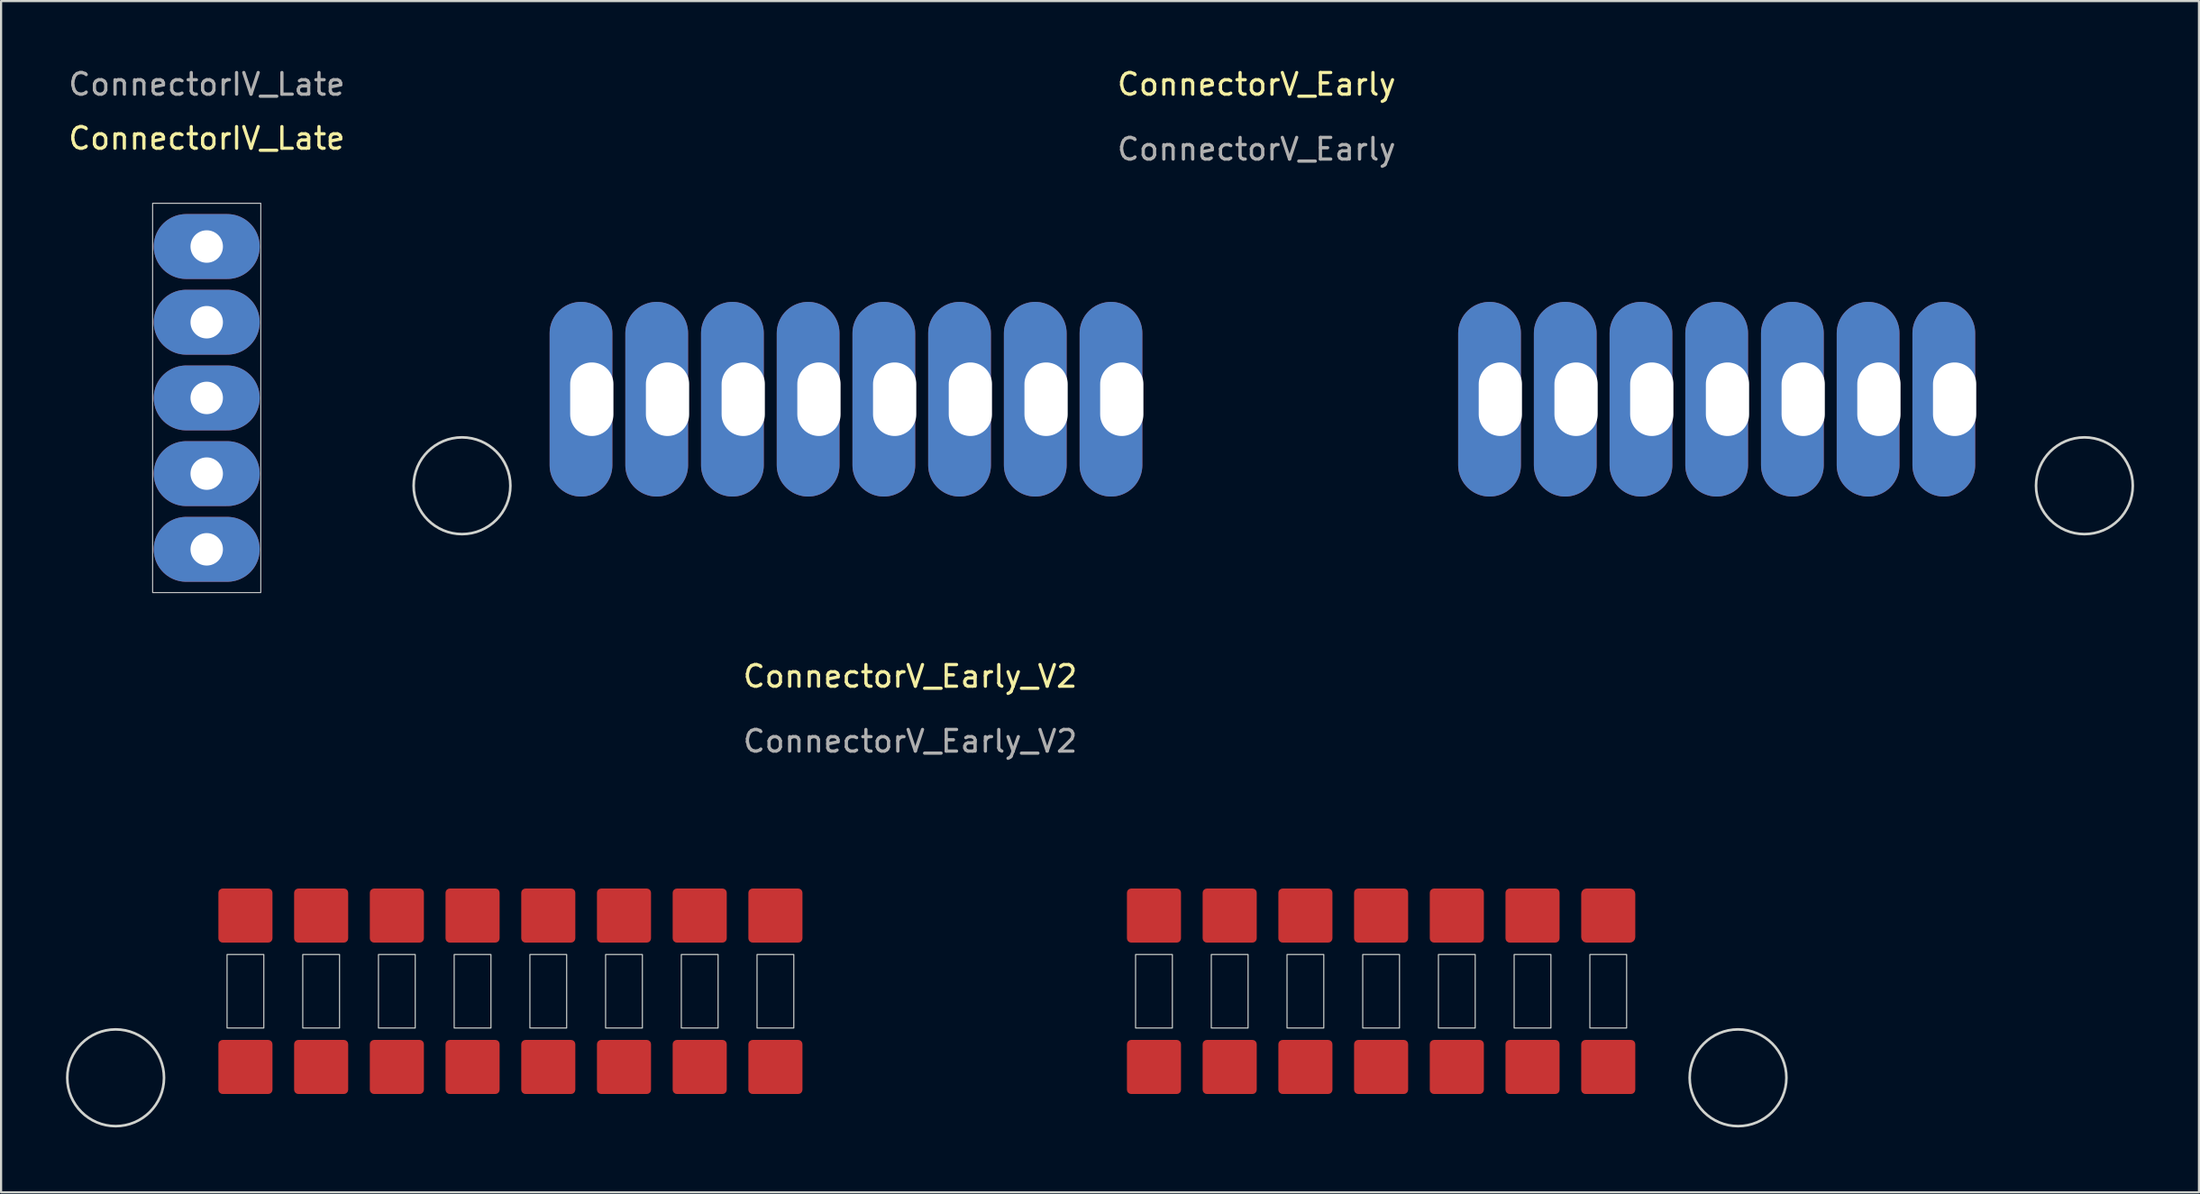
<source format=kicad_pcb>
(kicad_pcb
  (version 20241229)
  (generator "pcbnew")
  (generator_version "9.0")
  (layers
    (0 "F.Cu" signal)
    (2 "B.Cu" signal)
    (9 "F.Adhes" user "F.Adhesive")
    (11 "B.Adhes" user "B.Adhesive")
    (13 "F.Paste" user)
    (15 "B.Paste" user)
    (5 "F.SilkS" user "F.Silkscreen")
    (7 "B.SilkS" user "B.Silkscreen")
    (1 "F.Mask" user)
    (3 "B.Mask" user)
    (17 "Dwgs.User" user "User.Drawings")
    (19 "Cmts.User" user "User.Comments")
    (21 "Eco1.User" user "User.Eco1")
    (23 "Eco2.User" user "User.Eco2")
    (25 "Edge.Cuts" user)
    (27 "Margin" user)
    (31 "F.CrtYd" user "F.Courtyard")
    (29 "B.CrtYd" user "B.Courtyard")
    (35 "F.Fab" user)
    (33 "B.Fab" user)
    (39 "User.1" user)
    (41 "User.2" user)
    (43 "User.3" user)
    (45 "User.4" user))
  (footprint "ConnectorV_Early_V2"
    (layer "F.Cu")
    (at 71.296 42.781)
    (property "Reference" "ConnectorV_Early_V2" (at -32.27 -14.56 0) (unlocked yes) (layer "F.SilkS") (effects (font (size 1 1) (thickness 0.15))))
    (attr through_hole)
    (fp_rect (start -63.85 -1.7) (end -62.15 1.7) (stroke (width 0.05) (type solid)) (fill no) (layer "Edge.Cuts"))
    (fp_rect (start -60.35 -1.7) (end -58.65 1.7) (stroke (width 0.05) (type solid)) (fill no) (layer "Edge.Cuts"))
    (fp_rect (start -56.85 -1.7) (end -55.15 1.7) (stroke (width 0.05) (type solid)) (fill no) (layer "Edge.Cuts"))
    (fp_rect (start -53.35 -1.7) (end -51.65 1.7) (stroke (width 0.05) (type solid)) (fill no) (layer "Edge.Cuts"))
    (fp_rect (start -49.85 -1.7) (end -48.15 1.7) (stroke (width 0.05) (type solid)) (fill no) (layer "Edge.Cuts"))
    (fp_rect (start -46.35 -1.7) (end -44.65 1.7) (stroke (width 0.05) (type solid)) (fill no) (layer "Edge.Cuts"))
    (fp_rect (start -42.85 -1.7) (end -41.15 1.7) (stroke (width 0.05) (type solid)) (fill no) (layer "Edge.Cuts"))
    (fp_rect (start -39.35 -1.7) (end -37.65 1.7) (stroke (width 0.05) (type solid)) (fill no) (layer "Edge.Cuts"))
    (fp_rect (start -21.85 -1.7) (end -20.15 1.7) (stroke (width 0.05) (type solid)) (fill no) (layer "Edge.Cuts"))
    (fp_rect (start -18.35 -1.7) (end -16.65 1.7) (stroke (width 0.05) (type solid)) (fill no) (layer "Edge.Cuts"))
    (fp_rect (start -14.85 -1.7) (end -13.15 1.7) (stroke (width 0.05) (type solid)) (fill no) (layer "Edge.Cuts"))
    (fp_rect (start -11.35 -1.7) (end -9.65 1.7) (stroke (width 0.05) (type solid)) (fill no) (layer "Edge.Cuts"))
    (fp_rect (start -7.85 -1.7) (end -6.15 1.7) (stroke (width 0.05) (type solid)) (fill no) (layer "Edge.Cuts"))
    (fp_rect (start -4.35 -1.7) (end -2.65 1.7) (stroke (width 0.05) (type solid)) (fill no) (layer "Edge.Cuts"))
    (fp_rect (start -0.85 -1.7) (end 0.85 1.7) (stroke (width 0.05) (type solid)) (fill no) (layer "Edge.Cuts"))
    (fp_circle (center -69 4) (end -68 6) (stroke (width 0.12) (type default)) (fill no) (layer "Edge.Cuts"))
    (fp_circle (center 6 4) (end 7 6) (stroke (width 0.12) (type default)) (fill no) (layer "Edge.Cuts"))
    (fp_text user "${REFERENCE}" (at -32.27 -11.56 0) (unlocked yes) (layer "F.Fab") (effects (font (size 1 1) (thickness 0.15))))
    (pad "1" smd roundrect (at 0 -3.5 90) (size 2.5 2.5) (layers "F.Cu" "F.Mask" "F.Paste") (roundrect_rratio 0.1))
    (pad "1" smd roundrect (at 0 3.5 90) (size 2.5 2.5) (layers "F.Cu" "F.Mask" "F.Paste") (roundrect_rratio 0.079))
    (pad "2" smd roundrect (at -3.5 -3.5 90) (size 2.5 2.5) (layers "F.Cu" "F.Mask" "F.Paste") (roundrect_rratio 0.079))
    (pad "2" smd roundrect (at -3.5 3.5 90) (size 2.5 2.5) (layers "F.Cu" "F.Mask" "F.Paste") (roundrect_rratio 0.079))
    (pad "3" smd roundrect (at -7 -3.5 90) (size 2.5 2.5) (layers "F.Cu" "F.Mask" "F.Paste") (roundrect_rratio 0.079))
    (pad "3" smd roundrect (at -7 3.5 90) (size 2.5 2.5) (layers "F.Cu" "F.Mask" "F.Paste") (roundrect_rratio 0.079))
    (pad "4" smd roundrect (at -10.5 -3.5 90) (size 2.5 2.5) (layers "F.Cu" "F.Mask" "F.Paste") (roundrect_rratio 0.079))
    (pad "4" smd roundrect (at -10.5 3.5 90) (size 2.5 2.5) (layers "F.Cu" "F.Mask" "F.Paste") (roundrect_rratio 0.079))
    (pad "5" smd roundrect (at -14 -3.5 90) (size 2.5 2.5) (layers "F.Cu" "F.Mask" "F.Paste") (roundrect_rratio 0.079))
    (pad "5" smd roundrect (at -14 3.5 90) (size 2.5 2.5) (layers "F.Cu" "F.Mask" "F.Paste") (roundrect_rratio 0.079))
    (pad "6" smd roundrect (at -17.5 -3.5 90) (size 2.5 2.5) (layers "F.Cu" "F.Mask" "F.Paste") (roundrect_rratio 0.079))
    (pad "6" smd roundrect (at -17.5 3.5 90) (size 2.5 2.5) (layers "F.Cu" "F.Mask" "F.Paste") (roundrect_rratio 0.079))
    (pad "7" smd roundrect (at -21 -3.5 90) (size 2.5 2.5) (layers "F.Cu" "F.Mask" "F.Paste") (roundrect_rratio 0.079))
    (pad "7" smd roundrect (at -21 3.5 90) (size 2.5 2.5) (layers "F.Cu" "F.Mask" "F.Paste") (roundrect_rratio 0.079))
    (pad "12" smd roundrect (at -38.5 -3.5 90) (size 2.5 2.5) (layers "F.Cu" "F.Mask" "F.Paste") (roundrect_rratio 0.079))
    (pad "12" smd roundrect (at -38.5 3.5 90) (size 2.5 2.5) (layers "F.Cu" "F.Mask" "F.Paste") (roundrect_rratio 0.079))
    (pad "13" smd roundrect (at -42 -3.5 90) (size 2.5 2.5) (layers "F.Cu" "F.Mask" "F.Paste") (roundrect_rratio 0.079))
    (pad "13" smd roundrect (at -42 3.5 90) (size 2.5 2.5) (layers "F.Cu" "F.Mask" "F.Paste") (roundrect_rratio 0.079))
    (pad "14" smd roundrect (at -45.5 -3.5 90) (size 2.5 2.5) (layers "F.Cu" "F.Mask" "F.Paste") (roundrect_rratio 0.079))
    (pad "14" smd roundrect (at -45.5 3.5 90) (size 2.5 2.5) (layers "F.Cu" "F.Mask" "F.Paste") (roundrect_rratio 0.079))
    (pad "15" smd roundrect (at -49 -3.5 90) (size 2.5 2.5) (layers "F.Cu" "F.Mask" "F.Paste") (roundrect_rratio 0.079))
    (pad "15" smd roundrect (at -49 3.5 90) (size 2.5 2.5) (layers "F.Cu" "F.Mask" "F.Paste") (roundrect_rratio 0.079))
    (pad "16" smd roundrect (at -52.5 -3.5 90) (size 2.5 2.5) (layers "F.Cu" "F.Mask" "F.Paste") (roundrect_rratio 0.079))
    (pad "16" smd roundrect (at -52.5 3.5 90) (size 2.5 2.5) (layers "F.Cu" "F.Mask" "F.Paste") (roundrect_rratio 0.079))
    (pad "17" smd roundrect (at -56 -3.5 90) (size 2.5 2.5) (layers "F.Cu" "F.Mask" "F.Paste") (roundrect_rratio 0.079))
    (pad "17" smd roundrect (at -56 3.5 90) (size 2.5 2.5) (layers "F.Cu" "F.Mask" "F.Paste") (roundrect_rratio 0.079))
    (pad "18" smd roundrect (at -59.5 -3.5 90) (size 2.5 2.5) (layers "F.Cu" "F.Mask" "F.Paste") (roundrect_rratio 0.079))
    (pad "18" smd roundrect (at -59.5 3.5 90) (size 2.5 2.5) (layers "F.Cu" "F.Mask" "F.Paste") (roundrect_rratio 0.079))
    (pad "19" smd roundrect (at -63 -3.5 90) (size 2.5 2.5) (layers "F.Cu" "F.Mask" "F.Paste") (roundrect_rratio 0.079))
    (pad "19" smd roundrect (at -63 3.5 90) (size 2.5 2.5) (layers "F.Cu" "F.Mask" "F.Paste") (roundrect_rratio 0.079)))
  (footprint "ConnectorV_Early"
    (layer "F.Cu")
    (at 55.038 9.848)
    (property "Reference" "ConnectorV_Early" (at 0 -9 0) (unlocked yes) (layer "F.SilkS") (effects (font (size 1 1) (thickness 0.15))))
    (attr through_hole)
    (fp_circle (center -36.73 9.56) (end -35.73 11.56) (stroke (width 0.12) (type default)) (fill no) (layer "Edge.Cuts"))
    (fp_circle (center 38.27 9.56) (end 39.27 11.56) (stroke (width 0.12) (type default)) (fill no) (layer "Edge.Cuts"))
    (fp_text user "${REFERENCE}" (at 0 -6 0) (unlocked yes) (layer "F.Fab") (effects (font (size 1 1) (thickness 0.15))))
    (pad "1" thru_hole oval (at 32.27 5.56) (size 2.9 9) (drill oval 2 3.4 (offset -0.5 0)) (layers "*.Cu" "*.Mask"))
    (pad "2" thru_hole oval (at 28.77 5.56) (size 2.9 9) (drill oval 2 3.4 (offset -0.5 0)) (layers "*.Cu" "*.Mask"))
    (pad "3" thru_hole oval (at 25.27 5.56) (size 2.9 9) (drill oval 2 3.4 (offset -0.5 0)) (layers "*.Cu" "*.Mask"))
    (pad "4" thru_hole oval (at 21.77 5.56) (size 2.9 9) (drill oval 2 3.4 (offset -0.5 0)) (layers "*.Cu" "*.Mask"))
    (pad "5" thru_hole oval (at 18.27 5.56) (size 2.9 9) (drill oval 2 3.4 (offset -0.5 0)) (layers "*.Cu" "*.Mask"))
    (pad "6" thru_hole oval (at 14.77 5.56) (size 2.9 9) (drill oval 2 3.4 (offset -0.5 0)) (layers "*.Cu" "*.Mask"))
    (pad "7" thru_hole oval (at 11.27 5.56) (size 2.9 9) (drill oval 2 3.4 (offset -0.5 0)) (layers "*.Cu" "*.Mask"))
    (pad "12" thru_hole oval (at -6.23 5.56) (size 2.9 9) (drill oval 2 3.4 (offset -0.5 0)) (layers "*.Cu" "*.Mask"))
    (pad "13" thru_hole oval (at -9.73 5.56) (size 2.9 9) (drill oval 2 3.4 (offset -0.5 0)) (layers "*.Cu" "*.Mask"))
    (pad "14" thru_hole oval (at -13.23 5.56) (size 2.9 9) (drill oval 2 3.4 (offset -0.5 0)) (layers "*.Cu" "*.Mask"))
    (pad "15" thru_hole oval (at -16.73 5.56) (size 2.9 9) (drill oval 2 3.4 (offset -0.5 0)) (layers "*.Cu" "*.Mask"))
    (pad "16" thru_hole oval (at -20.23 5.56) (size 2.9 9) (drill oval 2 3.4 (offset -0.5 0)) (layers "*.Cu" "*.Mask"))
    (pad "17" thru_hole oval (at -23.73 5.56) (size 2.9 9) (drill oval 2 3.4 (offset -0.5 0)) (layers "*.Cu" "*.Mask"))
    (pad "18" thru_hole oval (at -27.23 5.56) (size 2.9 9) (drill oval 2 3.4 (offset -0.5 0)) (layers "*.Cu" "*.Mask"))
    (pad "19" thru_hole oval (at -30.73 5.56) (size 2.9 9) (drill oval 2 3.4 (offset -0.5 0)) (layers "*.Cu" "*.Mask")))
  (footprint "ConnectorIV_Late"
    (layer "F.Cu")
    (at 6.506 8.348)
    (property "Reference" "ConnectorIV_Late" (at 0 -5 0) (unlocked yes) (layer "F.SilkS") (effects (font (size 1 1) (thickness 0.15))))
    (attr through_hole)
    (fp_rect (start -2.5 -2) (end 2.5 16) (stroke (width 0.05) (type solid)) (fill no) (layer "Dwgs.User"))
    (fp_text user "${REFERENCE}" (at 0 -7.5 0) (unlocked yes) (layer "F.Fab") (effects (font (size 1 1) (thickness 0.15))))
    (pad "1" thru_hole oval (at 0 14) (size 4.9 3) (drill 1.5) (layers "*.Cu" "*.Mask"))
    (pad "2" thru_hole oval (at 0 10.5) (size 4.9 3) (drill 1.5) (layers "*.Cu" "*.Mask"))
    (pad "3" thru_hole oval (at 0 7) (size 4.9 3) (drill 1.5) (layers "*.Cu" "*.Mask"))
    (pad "4" thru_hole oval (at 0 3.5) (size 4.9 3) (drill 1.5) (layers "*.Cu" "*.Mask"))
    (pad "5" thru_hole oval (at 0 0) (size 4.9 3) (drill 1.5) (layers "*.Cu" "*.Mask")))
  (gr_rect
    (start -3 -3)
    (end 98.604 52.077)
    (stroke (width 0.1) (type default))
    (fill no)
    (layer "Edge.Cuts")))
</source>
